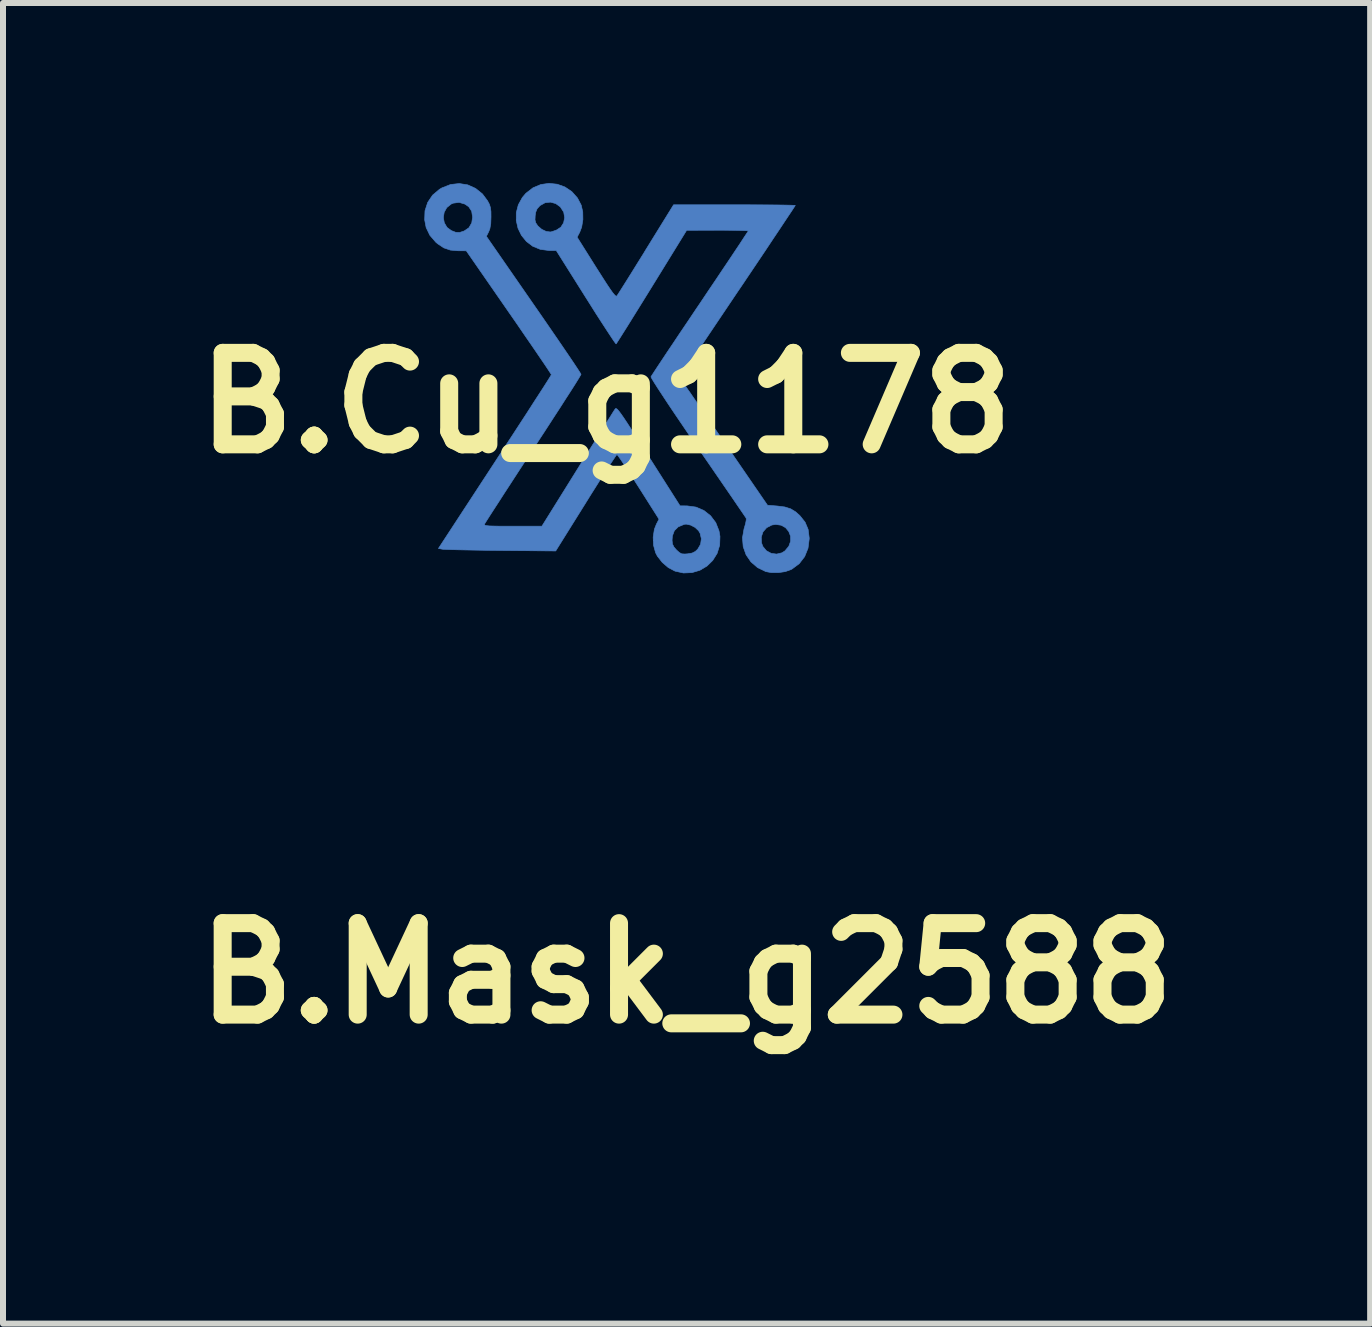
<source format=kicad_pcb>
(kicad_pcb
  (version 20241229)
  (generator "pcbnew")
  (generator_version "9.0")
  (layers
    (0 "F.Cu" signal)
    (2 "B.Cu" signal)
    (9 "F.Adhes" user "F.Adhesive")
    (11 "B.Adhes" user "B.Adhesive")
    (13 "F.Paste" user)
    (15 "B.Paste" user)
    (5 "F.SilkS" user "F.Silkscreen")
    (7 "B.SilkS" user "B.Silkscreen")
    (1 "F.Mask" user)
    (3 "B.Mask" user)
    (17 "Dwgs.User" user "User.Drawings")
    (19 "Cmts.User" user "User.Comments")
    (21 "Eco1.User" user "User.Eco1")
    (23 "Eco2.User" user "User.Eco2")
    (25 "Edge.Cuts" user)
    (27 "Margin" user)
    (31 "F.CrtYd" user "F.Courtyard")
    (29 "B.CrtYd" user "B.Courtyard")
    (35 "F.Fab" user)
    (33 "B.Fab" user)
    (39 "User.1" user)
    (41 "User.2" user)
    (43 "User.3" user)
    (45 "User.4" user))
  (footprint "B.Cu_g1178"
    (layer "F.Cu")
    (at 7.047 3.664)
    (property "Reference" "B.Cu_g1178" (at 0 0 0) (layer "F.SilkS") (effects (font (size 1.524 1.524) (thickness 0.3))))
    (attr through_hole)
    (fp_poly (pts (xy -2.304 -3.634) (xy -2.173 -3.575) (xy -2.058 -3.482) (xy -1.974 -3.369) (xy -1.943 -3.311) (xy -1.926 -3.257) (xy -1.917 -3.191) (xy -1.916 -3.101) (xy -1.92 -2.987) (xy -1.935 -2.903) (xy -1.954 -2.854) (xy -1.993 -2.776) (xy -1.205 -1.639) (xy -1.069 -1.443) (xy -0.941 -1.257) (xy -0.822 -1.084) (xy -0.714 -0.926) (xy -0.62 -0.788) (xy -0.541 -0.671) (xy -0.48 -0.579) (xy -0.438 -0.514) (xy -0.418 -0.481) (xy -0.416 -0.477) (xy -0.428 -0.455) (xy -0.46 -0.401) (xy -0.512 -0.317) (xy -0.582 -0.207) (xy -0.668 -0.074) (xy -0.767 0.081) (xy -0.879 0.253) (xy -1 0.44) (xy -1.13 0.639) (xy -1.213 0.766) (xy -1.347 0.971) (xy -1.475 1.167) (xy -1.593 1.349) (xy -1.702 1.516) (xy -1.797 1.664) (xy -1.879 1.79) (xy -1.944 1.891) (xy -1.991 1.965) (xy -2.018 2.008) (xy -2.023 2.018) (xy -2.024 2.03) (xy -2.015 2.038) (xy -1.99 2.044) (xy -1.944 2.049) (xy -1.874 2.051) (xy -1.773 2.053) (xy -1.638 2.053) (xy -1.552 2.053) (xy -1.068 2.053) (xy -0.471 1.095) (xy -0.357 0.912) (xy -0.249 0.739) (xy -0.149 0.579) (xy -0.06 0.436) (xy 0.017 0.314) (xy 0.079 0.216) (xy 0.123 0.145) (xy 0.149 0.106) (xy 0.154 0.099) (xy 0.162 0.092) (xy 0.174 0.095) (xy 0.191 0.108) (xy 0.216 0.137) (xy 0.25 0.182) (xy 0.296 0.248) (xy 0.355 0.337) (xy 0.429 0.451) (xy 0.521 0.594) (xy 0.632 0.768) (xy 0.708 0.887) (xy 1.234 1.714) (xy 1.352 1.715) (xy 1.5 1.735) (xy 1.632 1.792) (xy 1.743 1.88) (xy 1.829 1.994) (xy 1.883 2.131) (xy 1.899 2.223) (xy 1.894 2.371) (xy 1.852 2.506) (xy 1.779 2.623) (xy 1.682 2.718) (xy 1.564 2.788) (xy 1.432 2.827) (xy 1.29 2.833) (xy 1.15 2.802) (xy 1.039 2.744) (xy 0.937 2.656) (xy 0.855 2.551) (xy 0.826 2.495) (xy 0.792 2.371) (xy 0.788 2.287) (xy 1.101 2.287) (xy 1.107 2.35) (xy 1.132 2.4) (xy 1.175 2.45) (xy 1.223 2.493) (xy 1.262 2.514) (xy 1.313 2.517) (xy 1.359 2.514) (xy 1.435 2.501) (xy 1.487 2.475) (xy 1.528 2.437) (xy 1.576 2.355) (xy 1.589 2.262) (xy 1.568 2.172) (xy 1.542 2.128) (xy 1.483 2.073) (xy 1.41 2.035) (xy 1.338 2.019) (xy 1.305 2.022) (xy 1.204 2.064) (xy 1.139 2.128) (xy 1.106 2.217) (xy 1.101 2.287) (xy 0.788 2.287) (xy 0.786 2.236) (xy 0.806 2.105) (xy 0.839 2.021) (xy 0.883 1.936) (xy 0.542 1.398) (xy 0.456 1.264) (xy 0.377 1.141) (xy 0.307 1.035) (xy 0.25 0.95) (xy 0.209 0.891) (xy 0.186 0.862) (xy 0.183 0.859) (xy 0.168 0.876) (xy 0.134 0.926) (xy 0.082 1.004) (xy 0.014 1.107) (xy -0.066 1.232) (xy -0.157 1.376) (xy -0.256 1.533) (xy -0.336 1.662) (xy -0.838 2.466) (xy -1.754 2.458) (xy -1.949 2.456) (xy -2.133 2.453) (xy -2.301 2.45) (xy -2.448 2.447) (xy -2.569 2.444) (xy -2.66 2.441) (xy -2.716 2.438) (xy -2.731 2.436) (xy -2.792 2.424) (xy -1.851 0.985) (xy -1.706 0.762) (xy -1.567 0.55) (xy -1.437 0.35) (xy -1.317 0.166) (xy -1.21 -0.001) (xy -1.116 -0.146) (xy -1.037 -0.268) (xy -0.976 -0.364) (xy -0.934 -0.431) (xy -0.913 -0.466) (xy -0.91 -0.471) (xy -0.922 -0.491) (xy -0.956 -0.543) (xy -1.009 -0.623) (xy -1.081 -0.729) (xy -1.168 -0.857) (xy -1.269 -1.004) (xy -1.382 -1.168) (xy -1.503 -1.345) (xy -1.619 -1.512) (xy -2.328 -2.535) (xy -2.463 -2.536) (xy -2.593 -2.547) (xy -2.702 -2.584) (xy -2.804 -2.652) (xy -2.836 -2.679) (xy -2.935 -2.794) (xy -2.997 -2.923) (xy -3.021 -3.049) (xy -3.02 -3.089) (xy -2.71 -3.089) (xy -2.694 -3.002) (xy -2.649 -2.925) (xy -2.578 -2.872) (xy -2.503 -2.843) (xy -2.438 -2.841) (xy -2.364 -2.865) (xy -2.284 -2.919) (xy -2.237 -3) (xy -2.223 -3.095) (xy -2.238 -3.195) (xy -2.287 -3.269) (xy -2.35 -3.313) (xy -2.447 -3.342) (xy -2.545 -3.329) (xy -2.58 -3.314) (xy -2.653 -3.255) (xy -2.696 -3.177) (xy -2.71 -3.089) (xy -3.02 -3.089) (xy -3.016 -3.202) (xy -2.971 -3.341) (xy -2.89 -3.462) (xy -2.774 -3.56) (xy -2.733 -3.584) (xy -2.59 -3.64) (xy -2.445 -3.656) (xy -2.304 -3.634)) (stroke (width 0.01) (type solid)) (fill yes) (layer "B.Cu"))
    (fp_poly (pts (xy -0.813 -3.645) (xy -0.685 -3.599) (xy -0.57 -3.522) (xy -0.475 -3.415) (xy -0.413 -3.296) (xy -0.387 -3.183) (xy -0.385 -3.055) (xy -0.405 -2.931) (xy -0.437 -2.846) (xy -0.481 -2.762) (xy -0.164 -2.258) (xy -0.067 -2.106) (xy 0.009 -1.987) (xy 0.068 -1.899) (xy 0.112 -1.837) (xy 0.144 -1.799) (xy 0.165 -1.781) (xy 0.178 -1.78) (xy 0.179 -1.782) (xy 0.196 -1.805) (xy 0.232 -1.861) (xy 0.285 -1.945) (xy 0.353 -2.053) (xy 0.433 -2.181) (xy 0.523 -2.326) (xy 0.621 -2.483) (xy 0.665 -2.556) (xy 1.126 -3.302) (xy 2.14 -3.302) (xy 2.342 -3.302) (xy 2.532 -3.301) (xy 2.703 -3.3) (xy 2.853 -3.299) (xy 2.977 -3.297) (xy 3.071 -3.295) (xy 3.132 -3.293) (xy 3.154 -3.291) (xy 3.154 -3.291) (xy 3.142 -3.272) (xy 3.109 -3.221) (xy 3.055 -3.14) (xy 2.983 -3.032) (xy 2.895 -2.899) (xy 2.791 -2.744) (xy 2.675 -2.569) (xy 2.547 -2.378) (xy 2.409 -2.173) (xy 2.264 -1.957) (xy 2.191 -1.85) (xy 1.229 -0.419) (xy 1.363 -0.225) (xy 1.403 -0.169) (xy 1.463 -0.081) (xy 1.541 0.032) (xy 1.634 0.167) (xy 1.739 0.32) (xy 1.853 0.485) (xy 1.973 0.659) (xy 2.095 0.836) (xy 2.691 1.704) (xy 2.854 1.717) (xy 2.979 1.733) (xy 3.077 1.764) (xy 3.161 1.815) (xy 3.23 1.877) (xy 3.317 1.986) (xy 3.368 2.107) (xy 3.386 2.249) (xy 3.386 2.265) (xy 3.366 2.421) (xy 3.31 2.56) (xy 3.22 2.677) (xy 3.098 2.768) (xy 3.08 2.777) (xy 2.987 2.81) (xy 2.873 2.827) (xy 2.757 2.827) (xy 2.663 2.81) (xy 2.525 2.743) (xy 2.415 2.648) (xy 2.334 2.53) (xy 2.286 2.395) (xy 2.274 2.248) (xy 2.276 2.235) (xy 2.587 2.235) (xy 2.591 2.331) (xy 2.614 2.392) (xy 2.673 2.463) (xy 2.753 2.506) (xy 2.843 2.518) (xy 2.931 2.497) (xy 2.981 2.465) (xy 3.046 2.388) (xy 3.076 2.304) (xy 3.075 2.219) (xy 3.045 2.142) (xy 2.992 2.078) (xy 2.918 2.037) (xy 2.828 2.024) (xy 2.763 2.034) (xy 2.677 2.078) (xy 2.616 2.148) (xy 2.587 2.235) (xy 2.276 2.235) (xy 2.3 2.097) (xy 2.306 2.079) (xy 2.326 2.007) (xy 2.337 1.949) (xy 2.336 1.92) (xy 2.321 1.898) (xy 2.285 1.845) (xy 2.229 1.763) (xy 2.155 1.655) (xy 2.065 1.523) (xy 1.961 1.372) (xy 1.845 1.203) (xy 1.72 1.021) (xy 1.586 0.827) (xy 1.529 0.744) (xy 1.389 0.539) (xy 1.258 0.346) (xy 1.138 0.169) (xy 1.03 0.008) (xy 0.938 -0.132) (xy 0.862 -0.248) (xy 0.804 -0.339) (xy 0.766 -0.402) (xy 0.75 -0.433) (xy 0.749 -0.436) (xy 0.763 -0.458) (xy 0.798 -0.512) (xy 0.853 -0.596) (xy 0.926 -0.706) (xy 1.014 -0.839) (xy 1.117 -0.992) (xy 1.231 -1.163) (xy 1.356 -1.348) (xy 1.488 -1.545) (xy 1.566 -1.66) (xy 1.701 -1.862) (xy 1.83 -2.053) (xy 1.949 -2.231) (xy 2.058 -2.393) (xy 2.153 -2.536) (xy 2.234 -2.657) (xy 2.297 -2.754) (xy 2.342 -2.822) (xy 2.367 -2.86) (xy 2.371 -2.867) (xy 2.35 -2.87) (xy 2.294 -2.873) (xy 2.206 -2.875) (xy 2.093 -2.877) (xy 1.961 -2.878) (xy 1.857 -2.878) (xy 1.344 -2.877) (xy 0.763 -1.934) (xy 0.651 -1.753) (xy 0.546 -1.584) (xy 0.449 -1.428) (xy 0.364 -1.291) (xy 0.291 -1.175) (xy 0.233 -1.083) (xy 0.192 -1.019) (xy 0.171 -0.987) (xy 0.168 -0.984) (xy 0.155 -0.999) (xy 0.121 -1.047) (xy 0.07 -1.124) (xy 0.003 -1.226) (xy -0.077 -1.349) (xy -0.168 -1.49) (xy -0.266 -1.646) (xy -0.337 -1.758) (xy -0.829 -2.54) (xy -0.949 -2.54) (xy -1.094 -2.559) (xy -1.221 -2.611) (xy -1.326 -2.691) (xy -1.409 -2.793) (xy -1.466 -2.91) (xy -1.495 -3.038) (xy -1.495 -3.05) (xy -1.183 -3.05) (xy -1.171 -3.002) (xy -1.14 -2.956) (xy -1.133 -2.947) (xy -1.071 -2.893) (xy -0.997 -2.858) (xy -0.928 -2.849) (xy -0.91 -2.852) (xy -0.867 -2.866) (xy -0.821 -2.883) (xy -0.752 -2.929) (xy -0.706 -3.002) (xy -0.689 -3.088) (xy -0.704 -3.177) (xy -0.706 -3.182) (xy -0.761 -3.267) (xy -0.837 -3.322) (xy -0.925 -3.346) (xy -1.015 -3.336) (xy -1.099 -3.289) (xy -1.103 -3.285) (xy -1.148 -3.235) (xy -1.171 -3.178) (xy -1.18 -3.12) (xy -1.183 -3.05) (xy -1.495 -3.05) (xy -1.495 -3.17) (xy -1.461 -3.301) (xy -1.393 -3.425) (xy -1.334 -3.494) (xy -1.216 -3.585) (xy -1.085 -3.64) (xy -0.949 -3.659) (xy -0.813 -3.645)) (stroke (width 0.01) (type solid)) (fill yes) (layer "B.Cu")))
  (footprint "B.Mask_g2588"
    (layer "F.Cu")
    (at 8.389 13.166)
    (property "Reference" "B.Mask_g2588" (at 0 0 0) (layer "F.SilkS") (effects (font (size 1.524 1.524) (thickness 0.3))))
    (attr through_hole)
    (fp_poly (pts (xy -2.304 -3.634) (xy -2.173 -3.575) (xy -2.058 -3.482) (xy -1.974 -3.369) (xy -1.943 -3.311) (xy -1.926 -3.257) (xy -1.917 -3.191) (xy -1.916 -3.101) (xy -1.92 -2.987) (xy -1.935 -2.903) (xy -1.954 -2.854) (xy -1.993 -2.776) (xy -1.205 -1.639) (xy -1.069 -1.443) (xy -0.941 -1.257) (xy -0.822 -1.084) (xy -0.714 -0.926) (xy -0.62 -0.788) (xy -0.541 -0.671) (xy -0.48 -0.579) (xy -0.438 -0.514) (xy -0.418 -0.481) (xy -0.416 -0.477) (xy -0.428 -0.455) (xy -0.46 -0.401) (xy -0.512 -0.317) (xy -0.582 -0.207) (xy -0.668 -0.074) (xy -0.767 0.081) (xy -0.879 0.253) (xy -1 0.44) (xy -1.13 0.639) (xy -1.213 0.766) (xy -1.347 0.971) (xy -1.475 1.167) (xy -1.593 1.349) (xy -1.702 1.516) (xy -1.797 1.664) (xy -1.879 1.79) (xy -1.944 1.891) (xy -1.991 1.965) (xy -2.018 2.008) (xy -2.023 2.018) (xy -2.024 2.03) (xy -2.015 2.038) (xy -1.99 2.044) (xy -1.944 2.049) (xy -1.874 2.051) (xy -1.773 2.053) (xy -1.638 2.053) (xy -1.552 2.053) (xy -1.068 2.053) (xy -0.471 1.095) (xy -0.357 0.912) (xy -0.249 0.739) (xy -0.149 0.579) (xy -0.06 0.436) (xy 0.017 0.314) (xy 0.079 0.216) (xy 0.123 0.145) (xy 0.149 0.106) (xy 0.154 0.099) (xy 0.162 0.092) (xy 0.174 0.095) (xy 0.191 0.108) (xy 0.216 0.137) (xy 0.25 0.182) (xy 0.296 0.248) (xy 0.355 0.337) (xy 0.429 0.451) (xy 0.521 0.594) (xy 0.632 0.768) (xy 0.708 0.887) (xy 1.234 1.714) (xy 1.352 1.715) (xy 1.5 1.735) (xy 1.632 1.792) (xy 1.743 1.88) (xy 1.829 1.994) (xy 1.883 2.131) (xy 1.899 2.223) (xy 1.894 2.371) (xy 1.852 2.506) (xy 1.779 2.623) (xy 1.682 2.718) (xy 1.564 2.788) (xy 1.432 2.827) (xy 1.29 2.833) (xy 1.15 2.802) (xy 1.039 2.744) (xy 0.937 2.656) (xy 0.855 2.551) (xy 0.826 2.495) (xy 0.792 2.371) (xy 0.788 2.287) (xy 1.101 2.287) (xy 1.107 2.35) (xy 1.132 2.4) (xy 1.175 2.45) (xy 1.223 2.493) (xy 1.262 2.514) (xy 1.313 2.517) (xy 1.359 2.514) (xy 1.435 2.501) (xy 1.487 2.475) (xy 1.528 2.437) (xy 1.576 2.355) (xy 1.589 2.262) (xy 1.568 2.172) (xy 1.542 2.128) (xy 1.483 2.073) (xy 1.41 2.035) (xy 1.338 2.019) (xy 1.305 2.022) (xy 1.204 2.064) (xy 1.139 2.128) (xy 1.106 2.217) (xy 1.101 2.287) (xy 0.788 2.287) (xy 0.786 2.236) (xy 0.806 2.105) (xy 0.839 2.021) (xy 0.883 1.936) (xy 0.542 1.398) (xy 0.456 1.264) (xy 0.377 1.141) (xy 0.307 1.035) (xy 0.25 0.95) (xy 0.209 0.891) (xy 0.186 0.862) (xy 0.183 0.859) (xy 0.168 0.876) (xy 0.134 0.926) (xy 0.082 1.004) (xy 0.014 1.107) (xy -0.066 1.232) (xy -0.157 1.376) (xy -0.256 1.533) (xy -0.336 1.662) (xy -0.838 2.466) (xy -1.754 2.458) (xy -1.949 2.456) (xy -2.133 2.453) (xy -2.301 2.45) (xy -2.448 2.447) (xy -2.569 2.444) (xy -2.66 2.441) (xy -2.716 2.438) (xy -2.731 2.436) (xy -2.792 2.424) (xy -1.851 0.985) (xy -1.706 0.762) (xy -1.567 0.55) (xy -1.437 0.35) (xy -1.317 0.166) (xy -1.21 -0.001) (xy -1.116 -0.146) (xy -1.037 -0.268) (xy -0.976 -0.364) (xy -0.934 -0.431) (xy -0.913 -0.466) (xy -0.91 -0.471) (xy -0.922 -0.491) (xy -0.956 -0.543) (xy -1.009 -0.623) (xy -1.081 -0.729) (xy -1.168 -0.857) (xy -1.269 -1.004) (xy -1.382 -1.168) (xy -1.503 -1.345) (xy -1.619 -1.512) (xy -2.328 -2.535) (xy -2.463 -2.536) (xy -2.593 -2.547) (xy -2.702 -2.584) (xy -2.804 -2.652) (xy -2.836 -2.679) (xy -2.935 -2.794) (xy -2.997 -2.923) (xy -3.021 -3.049) (xy -3.02 -3.089) (xy -2.71 -3.089) (xy -2.694 -3.002) (xy -2.649 -2.925) (xy -2.578 -2.872) (xy -2.503 -2.843) (xy -2.438 -2.841) (xy -2.364 -2.865) (xy -2.284 -2.919) (xy -2.237 -3) (xy -2.223 -3.095) (xy -2.238 -3.195) (xy -2.287 -3.269) (xy -2.35 -3.313) (xy -2.447 -3.342) (xy -2.545 -3.329) (xy -2.58 -3.314) (xy -2.653 -3.255) (xy -2.696 -3.177) (xy -2.71 -3.089) (xy -3.02 -3.089) (xy -3.016 -3.202) (xy -2.971 -3.341) (xy -2.89 -3.462) (xy -2.774 -3.56) (xy -2.733 -3.584) (xy -2.59 -3.64) (xy -2.445 -3.656) (xy -2.304 -3.634)) (stroke (width 0.01) (type solid)) (fill yes) (layer "B.Mask"))
    (fp_poly (pts (xy -0.813 -3.645) (xy -0.685 -3.599) (xy -0.57 -3.522) (xy -0.475 -3.415) (xy -0.413 -3.296) (xy -0.387 -3.183) (xy -0.385 -3.055) (xy -0.405 -2.931) (xy -0.437 -2.846) (xy -0.481 -2.762) (xy -0.164 -2.258) (xy -0.067 -2.106) (xy 0.009 -1.987) (xy 0.068 -1.899) (xy 0.112 -1.837) (xy 0.144 -1.799) (xy 0.165 -1.781) (xy 0.178 -1.78) (xy 0.179 -1.782) (xy 0.196 -1.805) (xy 0.232 -1.861) (xy 0.285 -1.945) (xy 0.353 -2.053) (xy 0.433 -2.181) (xy 0.523 -2.326) (xy 0.621 -2.483) (xy 0.665 -2.556) (xy 1.126 -3.302) (xy 2.14 -3.302) (xy 2.342 -3.302) (xy 2.532 -3.301) (xy 2.703 -3.3) (xy 2.853 -3.299) (xy 2.977 -3.297) (xy 3.071 -3.295) (xy 3.132 -3.293) (xy 3.154 -3.291) (xy 3.154 -3.291) (xy 3.142 -3.272) (xy 3.109 -3.221) (xy 3.055 -3.14) (xy 2.983 -3.032) (xy 2.895 -2.899) (xy 2.791 -2.744) (xy 2.675 -2.569) (xy 2.547 -2.378) (xy 2.409 -2.173) (xy 2.264 -1.957) (xy 2.191 -1.85) (xy 1.229 -0.419) (xy 1.363 -0.225) (xy 1.403 -0.169) (xy 1.463 -0.081) (xy 1.541 0.032) (xy 1.634 0.167) (xy 1.739 0.32) (xy 1.853 0.485) (xy 1.973 0.659) (xy 2.095 0.836) (xy 2.691 1.704) (xy 2.854 1.717) (xy 2.979 1.733) (xy 3.077 1.764) (xy 3.161 1.815) (xy 3.23 1.877) (xy 3.317 1.986) (xy 3.368 2.107) (xy 3.386 2.249) (xy 3.386 2.265) (xy 3.366 2.421) (xy 3.31 2.56) (xy 3.22 2.677) (xy 3.098 2.768) (xy 3.08 2.777) (xy 2.987 2.81) (xy 2.873 2.827) (xy 2.757 2.827) (xy 2.663 2.81) (xy 2.525 2.743) (xy 2.415 2.648) (xy 2.334 2.53) (xy 2.286 2.395) (xy 2.274 2.248) (xy 2.276 2.235) (xy 2.587 2.235) (xy 2.591 2.331) (xy 2.614 2.392) (xy 2.673 2.463) (xy 2.753 2.506) (xy 2.843 2.518) (xy 2.931 2.497) (xy 2.981 2.465) (xy 3.046 2.388) (xy 3.076 2.304) (xy 3.075 2.219) (xy 3.045 2.142) (xy 2.992 2.078) (xy 2.918 2.037) (xy 2.828 2.024) (xy 2.763 2.034) (xy 2.677 2.078) (xy 2.616 2.148) (xy 2.587 2.235) (xy 2.276 2.235) (xy 2.3 2.097) (xy 2.306 2.079) (xy 2.326 2.007) (xy 2.337 1.949) (xy 2.336 1.92) (xy 2.321 1.898) (xy 2.285 1.845) (xy 2.229 1.763) (xy 2.155 1.655) (xy 2.065 1.523) (xy 1.961 1.372) (xy 1.845 1.203) (xy 1.72 1.021) (xy 1.586 0.827) (xy 1.529 0.744) (xy 1.389 0.539) (xy 1.258 0.346) (xy 1.138 0.169) (xy 1.03 0.008) (xy 0.938 -0.132) (xy 0.862 -0.248) (xy 0.804 -0.339) (xy 0.766 -0.402) (xy 0.75 -0.433) (xy 0.749 -0.436) (xy 0.763 -0.458) (xy 0.798 -0.512) (xy 0.853 -0.596) (xy 0.926 -0.706) (xy 1.014 -0.839) (xy 1.117 -0.992) (xy 1.231 -1.163) (xy 1.356 -1.348) (xy 1.488 -1.545) (xy 1.566 -1.66) (xy 1.701 -1.862) (xy 1.83 -2.053) (xy 1.949 -2.231) (xy 2.058 -2.393) (xy 2.153 -2.536) (xy 2.234 -2.657) (xy 2.297 -2.754) (xy 2.342 -2.822) (xy 2.367 -2.86) (xy 2.371 -2.867) (xy 2.35 -2.87) (xy 2.294 -2.873) (xy 2.206 -2.875) (xy 2.093 -2.877) (xy 1.961 -2.878) (xy 1.857 -2.878) (xy 1.344 -2.877) (xy 0.763 -1.934) (xy 0.651 -1.753) (xy 0.546 -1.584) (xy 0.449 -1.428) (xy 0.364 -1.291) (xy 0.291 -1.175) (xy 0.233 -1.083) (xy 0.192 -1.019) (xy 0.171 -0.987) (xy 0.168 -0.984) (xy 0.155 -0.999) (xy 0.121 -1.047) (xy 0.07 -1.124) (xy 0.003 -1.226) (xy -0.077 -1.349) (xy -0.168 -1.49) (xy -0.266 -1.646) (xy -0.337 -1.758) (xy -0.829 -2.54) (xy -0.949 -2.54) (xy -1.094 -2.559) (xy -1.221 -2.611) (xy -1.326 -2.691) (xy -1.409 -2.793) (xy -1.466 -2.91) (xy -1.495 -3.038) (xy -1.495 -3.05) (xy -1.183 -3.05) (xy -1.171 -3.002) (xy -1.14 -2.956) (xy -1.133 -2.947) (xy -1.071 -2.893) (xy -0.997 -2.858) (xy -0.928 -2.849) (xy -0.91 -2.852) (xy -0.867 -2.866) (xy -0.821 -2.883) (xy -0.752 -2.929) (xy -0.706 -3.002) (xy -0.689 -3.088) (xy -0.704 -3.177) (xy -0.706 -3.182) (xy -0.761 -3.267) (xy -0.837 -3.322) (xy -0.925 -3.346) (xy -1.015 -3.336) (xy -1.099 -3.289) (xy -1.103 -3.285) (xy -1.148 -3.235) (xy -1.171 -3.178) (xy -1.18 -3.12) (xy -1.183 -3.05) (xy -1.495 -3.05) (xy -1.495 -3.17) (xy -1.461 -3.301) (xy -1.393 -3.425) (xy -1.334 -3.494) (xy -1.216 -3.585) (xy -1.085 -3.64) (xy -0.949 -3.659) (xy -0.813 -3.645)) (stroke (width 0.01) (type solid)) (fill yes) (layer "B.Mask")))
  (gr_rect
    (start -3 -3)
    (end 19.779 19.004)
    (stroke (width 0.1) (type default))
    (fill no)
    (layer "Edge.Cuts")))
</source>
